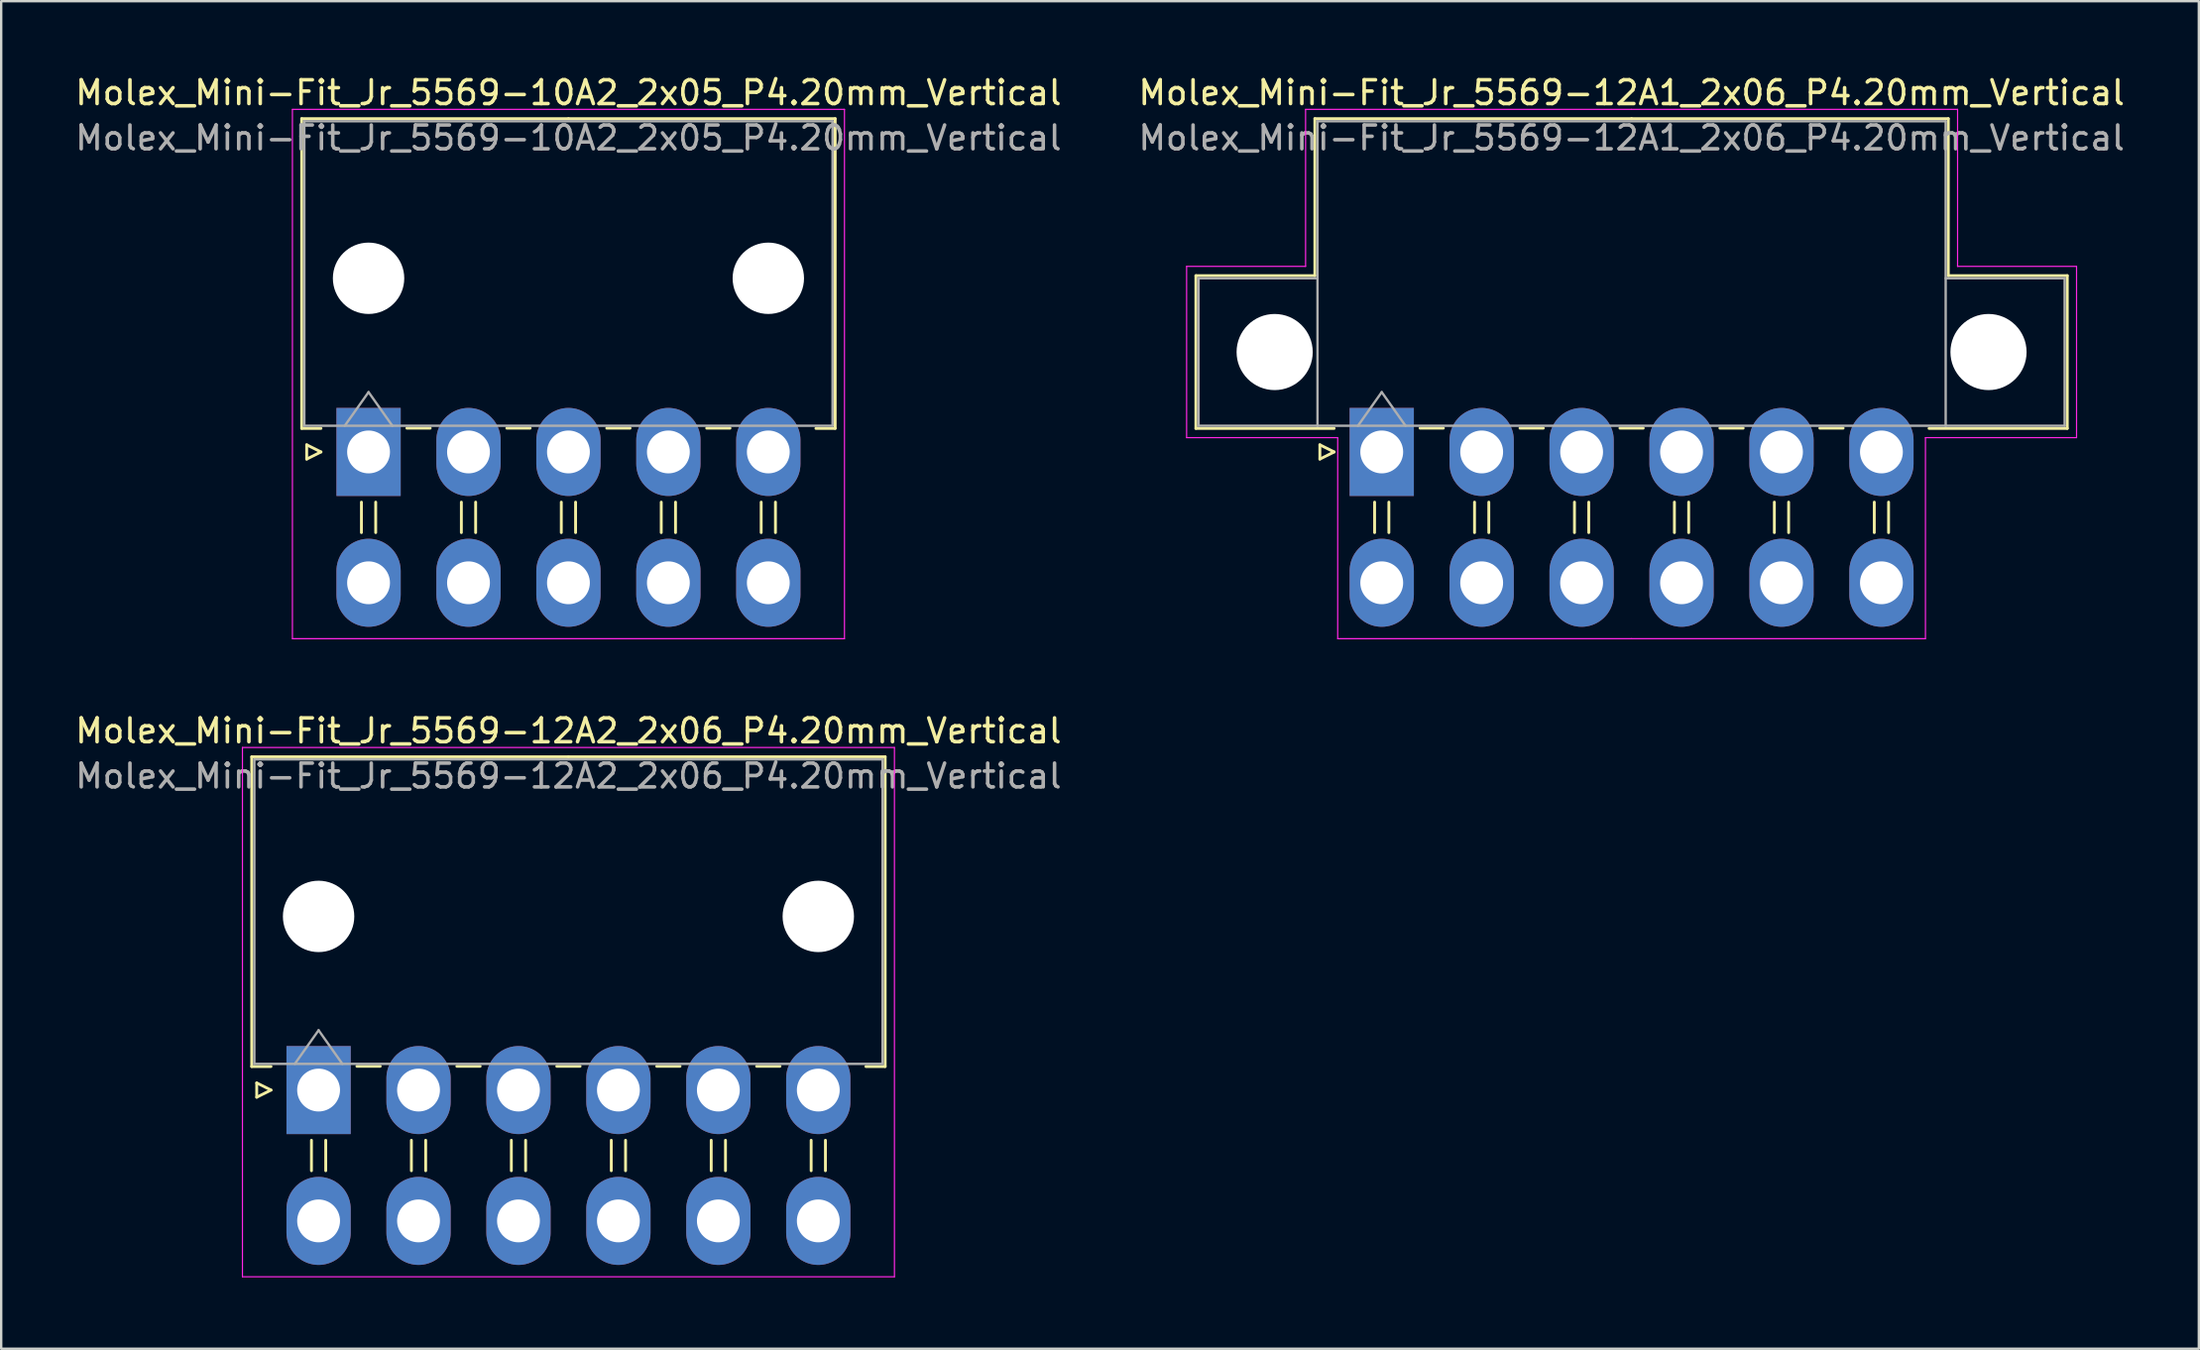
<source format=kicad_pcb>
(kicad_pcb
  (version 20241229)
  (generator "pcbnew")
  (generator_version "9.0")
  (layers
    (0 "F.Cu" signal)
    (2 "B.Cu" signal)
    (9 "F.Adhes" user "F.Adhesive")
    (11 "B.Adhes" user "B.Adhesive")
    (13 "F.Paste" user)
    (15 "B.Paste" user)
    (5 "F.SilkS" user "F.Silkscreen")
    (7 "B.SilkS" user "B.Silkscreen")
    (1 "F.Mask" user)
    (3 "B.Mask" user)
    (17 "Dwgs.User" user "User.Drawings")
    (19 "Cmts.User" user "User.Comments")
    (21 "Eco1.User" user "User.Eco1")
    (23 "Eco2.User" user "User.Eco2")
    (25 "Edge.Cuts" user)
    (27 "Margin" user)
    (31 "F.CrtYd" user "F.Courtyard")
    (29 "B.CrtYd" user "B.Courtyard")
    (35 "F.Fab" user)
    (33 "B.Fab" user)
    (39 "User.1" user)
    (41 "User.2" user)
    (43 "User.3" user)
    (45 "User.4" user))
  (footprint "Molex_Mini-Fit_Jr_5569-12A2_2x06_P4.20mm_Vertical"
    (layer "F.Cu")
    (at 10.339 42.772)
    (property "Reference" "Molex_Mini-Fit_Jr_5569-12A2_2x06_P4.20mm_Vertical" (at 10.5 -15.1 0) (layer "F.SilkS") (effects (font (size 1 1) (thickness 0.15))))
    (attr through_hole)
    (fp_line (start -2.81 -14.01) (end 10.5 -14.01) (stroke (width 0.12) (type solid)) (layer "F.SilkS"))
    (fp_line (start -2.81 -0.99) (end -2.81 -14.01) (stroke (width 0.12) (type solid)) (layer "F.SilkS"))
    (fp_line (start -2.6 -0.3) (end -2 0) (stroke (width 0.12) (type solid)) (layer "F.SilkS"))
    (fp_line (start -2.6 0.3) (end -2.6 -0.3) (stroke (width 0.12) (type solid)) (layer "F.SilkS"))
    (fp_line (start -2 -0.99) (end -2.81 -0.99) (stroke (width 0.12) (type solid)) (layer "F.SilkS"))
    (fp_line (start -2 0) (end -2.6 0.3) (stroke (width 0.12) (type solid)) (layer "F.SilkS"))
    (fp_line (start -0.3 2.11) (end -0.3 3.39) (stroke (width 0.12) (type solid)) (layer "F.SilkS"))
    (fp_line (start 0.3 2.11) (end 0.3 3.39) (stroke (width 0.12) (type solid)) (layer "F.SilkS"))
    (fp_line (start 1.61 -1) (end 2.59 -1) (stroke (width 0.12) (type solid)) (layer "F.SilkS"))
    (fp_line (start 3.9 2.11) (end 3.9 3.39) (stroke (width 0.12) (type solid)) (layer "F.SilkS"))
    (fp_line (start 4.5 2.11) (end 4.5 3.39) (stroke (width 0.12) (type solid)) (layer "F.SilkS"))
    (fp_line (start 5.81 -1) (end 6.79 -1) (stroke (width 0.12) (type solid)) (layer "F.SilkS"))
    (fp_line (start 8.1 2.11) (end 8.1 3.39) (stroke (width 0.12) (type solid)) (layer "F.SilkS"))
    (fp_line (start 8.7 2.11) (end 8.7 3.39) (stroke (width 0.12) (type solid)) (layer "F.SilkS"))
    (fp_line (start 10.01 -1) (end 10.99 -1) (stroke (width 0.12) (type solid)) (layer "F.SilkS"))
    (fp_line (start 12.3 2.11) (end 12.3 3.39) (stroke (width 0.12) (type solid)) (layer "F.SilkS"))
    (fp_line (start 12.9 2.11) (end 12.9 3.39) (stroke (width 0.12) (type solid)) (layer "F.SilkS"))
    (fp_line (start 14.21 -1) (end 15.19 -1) (stroke (width 0.12) (type solid)) (layer "F.SilkS"))
    (fp_line (start 16.5 2.11) (end 16.5 3.39) (stroke (width 0.12) (type solid)) (layer "F.SilkS"))
    (fp_line (start 17.1 2.11) (end 17.1 3.39) (stroke (width 0.12) (type solid)) (layer "F.SilkS"))
    (fp_line (start 18.41 -1) (end 19.39 -1) (stroke (width 0.12) (type solid)) (layer "F.SilkS"))
    (fp_line (start 20.7 2.11) (end 20.7 3.39) (stroke (width 0.12) (type solid)) (layer "F.SilkS"))
    (fp_line (start 21.3 2.11) (end 21.3 3.39) (stroke (width 0.12) (type solid)) (layer "F.SilkS"))
    (fp_line (start 23 -0.99) (end 23.81 -0.99) (stroke (width 0.12) (type solid)) (layer "F.SilkS"))
    (fp_line (start 23.81 -14.01) (end 10.5 -14.01) (stroke (width 0.12) (type solid)) (layer "F.SilkS"))
    (fp_line (start 23.81 -0.99) (end 23.81 -14.01) (stroke (width 0.12) (type solid)) (layer "F.SilkS"))
    (fp_line (start -3.2 -14.4) (end -3.2 7.85) (stroke (width 0.05) (type solid)) (layer "F.CrtYd"))
    (fp_line (start -3.2 7.85) (end 24.2 7.85) (stroke (width 0.05) (type solid)) (layer "F.CrtYd"))
    (fp_line (start 24.2 -14.4) (end -3.2 -14.4) (stroke (width 0.05) (type solid)) (layer "F.CrtYd"))
    (fp_line (start 24.2 7.85) (end 24.2 -14.4) (stroke (width 0.05) (type solid)) (layer "F.CrtYd"))
    (fp_line (start -2.7 -13.9) (end -2.7 -1.1) (stroke (width 0.1) (type solid)) (layer "F.Fab"))
    (fp_line (start -2.7 -1.1) (end 23.7 -1.1) (stroke (width 0.1) (type solid)) (layer "F.Fab"))
    (fp_line (start -1 -1.1) (end 0 -2.514) (stroke (width 0.1) (type solid)) (layer "F.Fab"))
    (fp_line (start 0 -2.514) (end 1 -1.1) (stroke (width 0.1) (type solid)) (layer "F.Fab"))
    (fp_line (start 23.7 -13.9) (end -2.7 -13.9) (stroke (width 0.1) (type solid)) (layer "F.Fab"))
    (fp_line (start 23.7 -1.1) (end 23.7 -13.9) (stroke (width 0.1) (type solid)) (layer "F.Fab"))
    (fp_text user "${REFERENCE}" (at 10.5 -13.2 0) (layer "F.Fab") (effects (font (size 1 1) (thickness 0.15))))
    (pad "" np_thru_hole circle (at 0 -7.3) (size 3 3) (drill 3) (layers "*.Cu" "*.Mask"))
    (pad "" np_thru_hole circle (at 21 -7.3) (size 3 3) (drill 3) (layers "*.Cu" "*.Mask"))
    (pad "1" thru_hole rect (at 0 0) (size 2.7 3.7) (drill 1.8) (layers "*.Cu" "*.Mask"))
    (pad "2" thru_hole oval (at 4.2 0) (size 2.7 3.7) (drill 1.8) (layers "*.Cu" "*.Mask"))
    (pad "3" thru_hole oval (at 8.4 0) (size 2.7 3.7) (drill 1.8) (layers "*.Cu" "*.Mask"))
    (pad "4" thru_hole oval (at 12.6 0) (size 2.7 3.7) (drill 1.8) (layers "*.Cu" "*.Mask"))
    (pad "5" thru_hole oval (at 16.8 0) (size 2.7 3.7) (drill 1.8) (layers "*.Cu" "*.Mask"))
    (pad "6" thru_hole oval (at 21 0) (size 2.7 3.7) (drill 1.8) (layers "*.Cu" "*.Mask"))
    (pad "7" thru_hole oval (at 0 5.5) (size 2.7 3.7) (drill 1.8) (layers "*.Cu" "*.Mask"))
    (pad "8" thru_hole oval (at 4.2 5.5) (size 2.7 3.7) (drill 1.8) (layers "*.Cu" "*.Mask"))
    (pad "9" thru_hole oval (at 8.4 5.5) (size 2.7 3.7) (drill 1.8) (layers "*.Cu" "*.Mask"))
    (pad "10" thru_hole oval (at 12.6 5.5) (size 2.7 3.7) (drill 1.8) (layers "*.Cu" "*.Mask"))
    (pad "11" thru_hole oval (at 16.8 5.5) (size 2.7 3.7) (drill 1.8) (layers "*.Cu" "*.Mask"))
    (pad "12" thru_hole oval (at 21 5.5) (size 2.7 3.7) (drill 1.8) (layers "*.Cu" "*.Mask")))
  (footprint "Molex_Mini-Fit_Jr_5569-10A2_2x05_P4.20mm_Vertical"
    (layer "F.Cu")
    (at 12.439 15.948)
    (property "Reference" "Molex_Mini-Fit_Jr_5569-10A2_2x05_P4.20mm_Vertical" (at 8.4 -15.1 0) (layer "F.SilkS") (effects (font (size 1 1) (thickness 0.15))))
    (attr through_hole)
    (fp_line (start -2.81 -14.01) (end 8.4 -14.01) (stroke (width 0.12) (type solid)) (layer "F.SilkS"))
    (fp_line (start -2.81 -0.99) (end -2.81 -14.01) (stroke (width 0.12) (type solid)) (layer "F.SilkS"))
    (fp_line (start -2.6 -0.3) (end -2 0) (stroke (width 0.12) (type solid)) (layer "F.SilkS"))
    (fp_line (start -2.6 0.3) (end -2.6 -0.3) (stroke (width 0.12) (type solid)) (layer "F.SilkS"))
    (fp_line (start -2 -0.99) (end -2.81 -0.99) (stroke (width 0.12) (type solid)) (layer "F.SilkS"))
    (fp_line (start -2 0) (end -2.6 0.3) (stroke (width 0.12) (type solid)) (layer "F.SilkS"))
    (fp_line (start -0.3 2.11) (end -0.3 3.39) (stroke (width 0.12) (type solid)) (layer "F.SilkS"))
    (fp_line (start 0.3 2.11) (end 0.3 3.39) (stroke (width 0.12) (type solid)) (layer "F.SilkS"))
    (fp_line (start 1.61 -1) (end 2.59 -1) (stroke (width 0.12) (type solid)) (layer "F.SilkS"))
    (fp_line (start 3.9 2.11) (end 3.9 3.39) (stroke (width 0.12) (type solid)) (layer "F.SilkS"))
    (fp_line (start 4.5 2.11) (end 4.5 3.39) (stroke (width 0.12) (type solid)) (layer "F.SilkS"))
    (fp_line (start 5.81 -1) (end 6.79 -1) (stroke (width 0.12) (type solid)) (layer "F.SilkS"))
    (fp_line (start 8.1 2.11) (end 8.1 3.39) (stroke (width 0.12) (type solid)) (layer "F.SilkS"))
    (fp_line (start 8.7 2.11) (end 8.7 3.39) (stroke (width 0.12) (type solid)) (layer "F.SilkS"))
    (fp_line (start 10.01 -1) (end 10.99 -1) (stroke (width 0.12) (type solid)) (layer "F.SilkS"))
    (fp_line (start 12.3 2.11) (end 12.3 3.39) (stroke (width 0.12) (type solid)) (layer "F.SilkS"))
    (fp_line (start 12.9 2.11) (end 12.9 3.39) (stroke (width 0.12) (type solid)) (layer "F.SilkS"))
    (fp_line (start 14.21 -1) (end 15.19 -1) (stroke (width 0.12) (type solid)) (layer "F.SilkS"))
    (fp_line (start 16.5 2.11) (end 16.5 3.39) (stroke (width 0.12) (type solid)) (layer "F.SilkS"))
    (fp_line (start 17.1 2.11) (end 17.1 3.39) (stroke (width 0.12) (type solid)) (layer "F.SilkS"))
    (fp_line (start 18.8 -0.99) (end 19.61 -0.99) (stroke (width 0.12) (type solid)) (layer "F.SilkS"))
    (fp_line (start 19.61 -14.01) (end 8.4 -14.01) (stroke (width 0.12) (type solid)) (layer "F.SilkS"))
    (fp_line (start 19.61 -0.99) (end 19.61 -14.01) (stroke (width 0.12) (type solid)) (layer "F.SilkS"))
    (fp_line (start -3.2 -14.4) (end -3.2 7.85) (stroke (width 0.05) (type solid)) (layer "F.CrtYd"))
    (fp_line (start -3.2 7.85) (end 20 7.85) (stroke (width 0.05) (type solid)) (layer "F.CrtYd"))
    (fp_line (start 20 -14.4) (end -3.2 -14.4) (stroke (width 0.05) (type solid)) (layer "F.CrtYd"))
    (fp_line (start 20 7.85) (end 20 -14.4) (stroke (width 0.05) (type solid)) (layer "F.CrtYd"))
    (fp_line (start -2.7 -13.9) (end -2.7 -1.1) (stroke (width 0.1) (type solid)) (layer "F.Fab"))
    (fp_line (start -2.7 -1.1) (end 19.5 -1.1) (stroke (width 0.1) (type solid)) (layer "F.Fab"))
    (fp_line (start -1 -1.1) (end 0 -2.514) (stroke (width 0.1) (type solid)) (layer "F.Fab"))
    (fp_line (start 0 -2.514) (end 1 -1.1) (stroke (width 0.1) (type solid)) (layer "F.Fab"))
    (fp_line (start 19.5 -13.9) (end -2.7 -13.9) (stroke (width 0.1) (type solid)) (layer "F.Fab"))
    (fp_line (start 19.5 -1.1) (end 19.5 -13.9) (stroke (width 0.1) (type solid)) (layer "F.Fab"))
    (fp_text user "${REFERENCE}" (at 8.4 -13.2 0) (layer "F.Fab") (effects (font (size 1 1) (thickness 0.15))))
    (pad "" np_thru_hole circle (at 0 -7.3) (size 3 3) (drill 3) (layers "*.Cu" "*.Mask"))
    (pad "" np_thru_hole circle (at 16.8 -7.3) (size 3 3) (drill 3) (layers "*.Cu" "*.Mask"))
    (pad "1" thru_hole rect (at 0 0) (size 2.7 3.7) (drill 1.8) (layers "*.Cu" "*.Mask"))
    (pad "2" thru_hole oval (at 4.2 0) (size 2.7 3.7) (drill 1.8) (layers "*.Cu" "*.Mask"))
    (pad "3" thru_hole oval (at 8.4 0) (size 2.7 3.7) (drill 1.8) (layers "*.Cu" "*.Mask"))
    (pad "4" thru_hole oval (at 12.6 0) (size 2.7 3.7) (drill 1.8) (layers "*.Cu" "*.Mask"))
    (pad "5" thru_hole oval (at 16.8 0) (size 2.7 3.7) (drill 1.8) (layers "*.Cu" "*.Mask"))
    (pad "6" thru_hole oval (at 0 5.5) (size 2.7 3.7) (drill 1.8) (layers "*.Cu" "*.Mask"))
    (pad "7" thru_hole oval (at 4.2 5.5) (size 2.7 3.7) (drill 1.8) (layers "*.Cu" "*.Mask"))
    (pad "8" thru_hole oval (at 8.4 5.5) (size 2.7 3.7) (drill 1.8) (layers "*.Cu" "*.Mask"))
    (pad "9" thru_hole oval (at 12.6 5.5) (size 2.7 3.7) (drill 1.8) (layers "*.Cu" "*.Mask"))
    (pad "10" thru_hole oval (at 16.8 5.5) (size 2.7 3.7) (drill 1.8) (layers "*.Cu" "*.Mask")))
  (footprint "Molex_Mini-Fit_Jr_5569-12A1_2x06_P4.20mm_Vertical"
    (layer "F.Cu")
    (at 55.018 15.948)
    (property "Reference" "Molex_Mini-Fit_Jr_5569-12A1_2x06_P4.20mm_Vertical" (at 10.5 -15.1 0) (layer "F.SilkS") (effects (font (size 1 1) (thickness 0.15))))
    (attr through_hole)
    (fp_line (start -7.81 -7.41) (end -7.81 -0.99) (stroke (width 0.12) (type solid)) (layer "F.SilkS"))
    (fp_line (start -7.81 -0.99) (end -2 -0.99) (stroke (width 0.12) (type solid)) (layer "F.SilkS"))
    (fp_line (start -2.81 -14.01) (end -2.81 -7.41) (stroke (width 0.12) (type solid)) (layer "F.SilkS"))
    (fp_line (start -2.81 -7.41) (end -7.81 -7.41) (stroke (width 0.12) (type solid)) (layer "F.SilkS"))
    (fp_line (start -2.6 -0.3) (end -2 0) (stroke (width 0.12) (type solid)) (layer "F.SilkS"))
    (fp_line (start -2.6 0.3) (end -2.6 -0.3) (stroke (width 0.12) (type solid)) (layer "F.SilkS"))
    (fp_line (start -2 0) (end -2.6 0.3) (stroke (width 0.12) (type solid)) (layer "F.SilkS"))
    (fp_line (start -0.3 2.11) (end -0.3 3.39) (stroke (width 0.12) (type solid)) (layer "F.SilkS"))
    (fp_line (start 0.3 2.11) (end 0.3 3.39) (stroke (width 0.12) (type solid)) (layer "F.SilkS"))
    (fp_line (start 1.61 -1) (end 2.59 -1) (stroke (width 0.12) (type solid)) (layer "F.SilkS"))
    (fp_line (start 3.9 2.11) (end 3.9 3.39) (stroke (width 0.12) (type solid)) (layer "F.SilkS"))
    (fp_line (start 4.5 2.11) (end 4.5 3.39) (stroke (width 0.12) (type solid)) (layer "F.SilkS"))
    (fp_line (start 5.81 -1) (end 6.79 -1) (stroke (width 0.12) (type solid)) (layer "F.SilkS"))
    (fp_line (start 8.1 2.11) (end 8.1 3.39) (stroke (width 0.12) (type solid)) (layer "F.SilkS"))
    (fp_line (start 8.7 2.11) (end 8.7 3.39) (stroke (width 0.12) (type solid)) (layer "F.SilkS"))
    (fp_line (start 10.01 -1) (end 10.99 -1) (stroke (width 0.12) (type solid)) (layer "F.SilkS"))
    (fp_line (start 10.5 -14.01) (end -2.81 -14.01) (stroke (width 0.12) (type solid)) (layer "F.SilkS"))
    (fp_line (start 10.5 -14.01) (end 23.81 -14.01) (stroke (width 0.12) (type solid)) (layer "F.SilkS"))
    (fp_line (start 12.3 2.11) (end 12.3 3.39) (stroke (width 0.12) (type solid)) (layer "F.SilkS"))
    (fp_line (start 12.9 2.11) (end 12.9 3.39) (stroke (width 0.12) (type solid)) (layer "F.SilkS"))
    (fp_line (start 14.21 -1) (end 15.19 -1) (stroke (width 0.12) (type solid)) (layer "F.SilkS"))
    (fp_line (start 16.5 2.11) (end 16.5 3.39) (stroke (width 0.12) (type solid)) (layer "F.SilkS"))
    (fp_line (start 17.1 2.11) (end 17.1 3.39) (stroke (width 0.12) (type solid)) (layer "F.SilkS"))
    (fp_line (start 18.41 -1) (end 19.39 -1) (stroke (width 0.12) (type solid)) (layer "F.SilkS"))
    (fp_line (start 20.7 2.11) (end 20.7 3.39) (stroke (width 0.12) (type solid)) (layer "F.SilkS"))
    (fp_line (start 21.3 2.11) (end 21.3 3.39) (stroke (width 0.12) (type solid)) (layer "F.SilkS"))
    (fp_line (start 23.81 -14.01) (end 23.81 -7.41) (stroke (width 0.12) (type solid)) (layer "F.SilkS"))
    (fp_line (start 23.81 -7.41) (end 28.81 -7.41) (stroke (width 0.12) (type solid)) (layer "F.SilkS"))
    (fp_line (start 28.81 -7.41) (end 28.81 -0.99) (stroke (width 0.12) (type solid)) (layer "F.SilkS"))
    (fp_line (start 28.81 -0.99) (end 23 -0.99) (stroke (width 0.12) (type solid)) (layer "F.SilkS"))
    (fp_line (start -8.2 -7.8) (end -8.2 -0.6) (stroke (width 0.05) (type solid)) (layer "F.CrtYd"))
    (fp_line (start -8.2 -0.6) (end -1.85 -0.6) (stroke (width 0.05) (type solid)) (layer "F.CrtYd"))
    (fp_line (start -3.2 -14.4) (end -3.2 -7.8) (stroke (width 0.05) (type solid)) (layer "F.CrtYd"))
    (fp_line (start -3.2 -7.8) (end -8.2 -7.8) (stroke (width 0.05) (type solid)) (layer "F.CrtYd"))
    (fp_line (start -1.85 -0.6) (end -1.85 7.85) (stroke (width 0.05) (type solid)) (layer "F.CrtYd"))
    (fp_line (start -1.85 7.85) (end 10.5 7.85) (stroke (width 0.05) (type solid)) (layer "F.CrtYd"))
    (fp_line (start 10.5 -14.4) (end -3.2 -14.4) (stroke (width 0.05) (type solid)) (layer "F.CrtYd"))
    (fp_line (start 10.5 -14.4) (end 24.2 -14.4) (stroke (width 0.05) (type solid)) (layer "F.CrtYd"))
    (fp_line (start 22.85 -0.6) (end 22.85 7.85) (stroke (width 0.05) (type solid)) (layer "F.CrtYd"))
    (fp_line (start 22.85 7.85) (end 10.5 7.85) (stroke (width 0.05) (type solid)) (layer "F.CrtYd"))
    (fp_line (start 24.2 -14.4) (end 24.2 -7.8) (stroke (width 0.05) (type solid)) (layer "F.CrtYd"))
    (fp_line (start 24.2 -7.8) (end 29.2 -7.8) (stroke (width 0.05) (type solid)) (layer "F.CrtYd"))
    (fp_line (start 29.2 -7.8) (end 29.2 -0.6) (stroke (width 0.05) (type solid)) (layer "F.CrtYd"))
    (fp_line (start 29.2 -0.6) (end 22.85 -0.6) (stroke (width 0.05) (type solid)) (layer "F.CrtYd"))
    (fp_line (start -7.7 -7.3) (end -7.7 -1.1) (stroke (width 0.1) (type solid)) (layer "F.Fab"))
    (fp_line (start -7.7 -1.1) (end -2.7 -1.1) (stroke (width 0.1) (type solid)) (layer "F.Fab"))
    (fp_line (start -2.7 -13.9) (end -2.7 -1.1) (stroke (width 0.1) (type solid)) (layer "F.Fab"))
    (fp_line (start -2.7 -7.3) (end -7.7 -7.3) (stroke (width 0.1) (type solid)) (layer "F.Fab"))
    (fp_line (start -2.7 -1.1) (end 23.7 -1.1) (stroke (width 0.1) (type solid)) (layer "F.Fab"))
    (fp_line (start -1 -1.1) (end 0 -2.514) (stroke (width 0.1) (type solid)) (layer "F.Fab"))
    (fp_line (start 0 -2.514) (end 1 -1.1) (stroke (width 0.1) (type solid)) (layer "F.Fab"))
    (fp_line (start 23.7 -13.9) (end -2.7 -13.9) (stroke (width 0.1) (type solid)) (layer "F.Fab"))
    (fp_line (start 23.7 -7.3) (end 28.7 -7.3) (stroke (width 0.1) (type solid)) (layer "F.Fab"))
    (fp_line (start 23.7 -1.1) (end 23.7 -13.9) (stroke (width 0.1) (type solid)) (layer "F.Fab"))
    (fp_line (start 28.7 -7.3) (end 28.7 -1.1) (stroke (width 0.1) (type solid)) (layer "F.Fab"))
    (fp_line (start 28.7 -1.1) (end 23.7 -1.1) (stroke (width 0.1) (type solid)) (layer "F.Fab"))
    (fp_text user "${REFERENCE}" (at 10.5 -13.2 0) (layer "F.Fab") (effects (font (size 1 1) (thickness 0.15))))
    (pad "" np_thru_hole circle (at -4.5 -4.2) (size 3.2 3.2) (drill 3.2) (layers "*.Cu" "*.Mask"))
    (pad "" np_thru_hole circle (at 25.5 -4.2) (size 3.2 3.2) (drill 3.2) (layers "*.Cu" "*.Mask"))
    (pad "1" thru_hole rect (at 0 0) (size 2.7 3.7) (drill 1.8) (layers "*.Cu" "*.Mask"))
    (pad "2" thru_hole oval (at 4.2 0) (size 2.7 3.7) (drill 1.8) (layers "*.Cu" "*.Mask"))
    (pad "3" thru_hole oval (at 8.4 0) (size 2.7 3.7) (drill 1.8) (layers "*.Cu" "*.Mask"))
    (pad "4" thru_hole oval (at 12.6 0) (size 2.7 3.7) (drill 1.8) (layers "*.Cu" "*.Mask"))
    (pad "5" thru_hole oval (at 16.8 0) (size 2.7 3.7) (drill 1.8) (layers "*.Cu" "*.Mask"))
    (pad "6" thru_hole oval (at 21 0) (size 2.7 3.7) (drill 1.8) (layers "*.Cu" "*.Mask"))
    (pad "7" thru_hole oval (at 0 5.5) (size 2.7 3.7) (drill 1.8) (layers "*.Cu" "*.Mask"))
    (pad "8" thru_hole oval (at 4.2 5.5) (size 2.7 3.7) (drill 1.8) (layers "*.Cu" "*.Mask"))
    (pad "9" thru_hole oval (at 8.4 5.5) (size 2.7 3.7) (drill 1.8) (layers "*.Cu" "*.Mask"))
    (pad "10" thru_hole oval (at 12.6 5.5) (size 2.7 3.7) (drill 1.8) (layers "*.Cu" "*.Mask"))
    (pad "11" thru_hole oval (at 16.8 5.5) (size 2.7 3.7) (drill 1.8) (layers "*.Cu" "*.Mask"))
    (pad "12" thru_hole oval (at 21 5.5) (size 2.7 3.7) (drill 1.8) (layers "*.Cu" "*.Mask")))
  (gr_rect
    (start -3 -3)
    (end 89.357 53.647)
    (stroke (width 0.1) (type default))
    (fill no)
    (layer "Edge.Cuts")))
</source>
